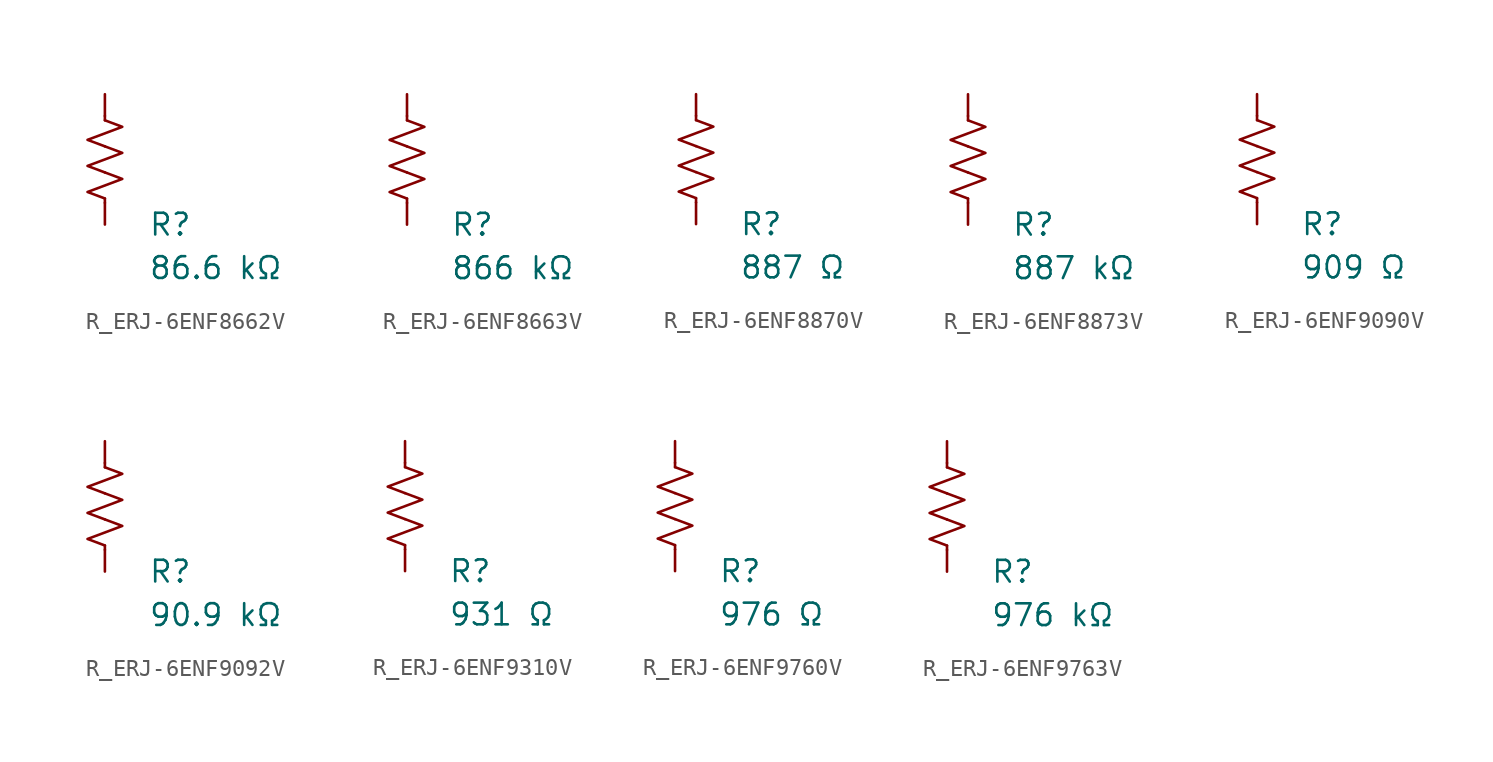
<source format=kicad_sym>
(kicad_symbol_lib
  (version 20231120)
  (generator "kicad_symbol_editor")
  (generator_version "8.0")
  (symbol "R_ERJ-6ENF8662V"
    (pin_numbers hide)
    (pin_names
      (offset 0))
    (property "Reference" "R"
      (at 2.54 -3.81 0)
      (effects (font (size 1.27 1.27)) (justify left))
      (show_name no))
    (property "Value" "86.6 kΩ"
      (at 2.54 -6.35 0)
      (effects (font (size 1.27 1.27)) (justify left))
      (show_name no))
    (symbol "R_ERJ-6ENF8662V_0_1"
      (polyline (pts (xy 0 -2.286) (xy 0 -2.54)) (stroke (width 0) (type default)) (fill (type none)))
      (polyline (pts (xy 0 2.286) (xy 0 2.54)) (stroke (width 0) (type default)) (fill (type none)))
      (polyline (pts (xy 0 -0.762) (xy 1.016 -1.143) (xy 0 -1.524) (xy -1.016 -1.905) (xy 0 -2.286)) (stroke (width 0) (type default)) (fill (type none)))
      (polyline (pts (xy 0 0.762) (xy 1.016 0.381) (xy 0 0) (xy -1.016 -0.381) (xy 0 -0.762)) (stroke (width 0) (type default)) (fill (type none)))
      (polyline (pts (xy 0 2.286) (xy 1.016 1.905) (xy 0 1.524) (xy -1.016 1.143) (xy 0 0.762)) (stroke (width 0) (type default)) (fill (type none))))
    (symbol "R_ERJ-6ENF8662V_1_1"
      (pin passive line (at 0 3.81 270) (length 1.27) (name "~" (effects (font (size 1.27 1.27)))) (number "1" (effects (font (size 1.27 1.27)))))
      (pin passive line (at 0 -3.81 90) (length 1.27) (name "~" (effects (font (size 1.27 1.27)))) (number "2" (effects (font (size 1.27 1.27)))))))
  (symbol "R_ERJ-6ENF8663V"
    (pin_numbers hide)
    (pin_names
      (offset 0))
    (property "Reference" "R"
      (at 2.54 -3.81 0)
      (effects (font (size 1.27 1.27)) (justify left))
      (show_name no))
    (property "Value" "866 kΩ"
      (at 2.54 -6.35 0)
      (effects (font (size 1.27 1.27)) (justify left))
      (show_name no))
    (symbol "R_ERJ-6ENF8663V_0_1"
      (polyline (pts (xy 0 -2.286) (xy 0 -2.54)) (stroke (width 0) (type default)) (fill (type none)))
      (polyline (pts (xy 0 2.286) (xy 0 2.54)) (stroke (width 0) (type default)) (fill (type none)))
      (polyline (pts (xy 0 -0.762) (xy 1.016 -1.143) (xy 0 -1.524) (xy -1.016 -1.905) (xy 0 -2.286)) (stroke (width 0) (type default)) (fill (type none)))
      (polyline (pts (xy 0 0.762) (xy 1.016 0.381) (xy 0 0) (xy -1.016 -0.381) (xy 0 -0.762)) (stroke (width 0) (type default)) (fill (type none)))
      (polyline (pts (xy 0 2.286) (xy 1.016 1.905) (xy 0 1.524) (xy -1.016 1.143) (xy 0 0.762)) (stroke (width 0) (type default)) (fill (type none))))
    (symbol "R_ERJ-6ENF8663V_1_1"
      (pin passive line (at 0 3.81 270) (length 1.27) (name "~" (effects (font (size 1.27 1.27)))) (number "1" (effects (font (size 1.27 1.27)))))
      (pin passive line (at 0 -3.81 90) (length 1.27) (name "~" (effects (font (size 1.27 1.27)))) (number "2" (effects (font (size 1.27 1.27)))))))
  (symbol "R_ERJ-6ENF8870V"
    (pin_numbers hide)
    (pin_names
      (offset 0))
    (property "Reference" "R"
      (at 2.54 -3.81 0)
      (effects (font (size 1.27 1.27)) (justify left))
      (show_name no))
    (property "Value" "887 Ω"
      (at 2.54 -6.35 0)
      (effects (font (size 1.27 1.27)) (justify left))
      (show_name no))
    (symbol "R_ERJ-6ENF8870V_0_1"
      (polyline (pts (xy 0 -2.286) (xy 0 -2.54)) (stroke (width 0) (type default)) (fill (type none)))
      (polyline (pts (xy 0 2.286) (xy 0 2.54)) (stroke (width 0) (type default)) (fill (type none)))
      (polyline (pts (xy 0 -0.762) (xy 1.016 -1.143) (xy 0 -1.524) (xy -1.016 -1.905) (xy 0 -2.286)) (stroke (width 0) (type default)) (fill (type none)))
      (polyline (pts (xy 0 0.762) (xy 1.016 0.381) (xy 0 0) (xy -1.016 -0.381) (xy 0 -0.762)) (stroke (width 0) (type default)) (fill (type none)))
      (polyline (pts (xy 0 2.286) (xy 1.016 1.905) (xy 0 1.524) (xy -1.016 1.143) (xy 0 0.762)) (stroke (width 0) (type default)) (fill (type none))))
    (symbol "R_ERJ-6ENF8870V_1_1"
      (pin passive line (at 0 3.81 270) (length 1.27) (name "~" (effects (font (size 1.27 1.27)))) (number "1" (effects (font (size 1.27 1.27)))))
      (pin passive line (at 0 -3.81 90) (length 1.27) (name "~" (effects (font (size 1.27 1.27)))) (number "2" (effects (font (size 1.27 1.27)))))))
  (symbol "R_ERJ-6ENF8873V"
    (pin_numbers hide)
    (pin_names
      (offset 0))
    (property "Reference" "R"
      (at 2.54 -3.81 0)
      (effects (font (size 1.27 1.27)) (justify left))
      (show_name no))
    (property "Value" "887 kΩ"
      (at 2.54 -6.35 0)
      (effects (font (size 1.27 1.27)) (justify left))
      (show_name no))
    (symbol "R_ERJ-6ENF8873V_0_1"
      (polyline (pts (xy 0 -2.286) (xy 0 -2.54)) (stroke (width 0) (type default)) (fill (type none)))
      (polyline (pts (xy 0 2.286) (xy 0 2.54)) (stroke (width 0) (type default)) (fill (type none)))
      (polyline (pts (xy 0 -0.762) (xy 1.016 -1.143) (xy 0 -1.524) (xy -1.016 -1.905) (xy 0 -2.286)) (stroke (width 0) (type default)) (fill (type none)))
      (polyline (pts (xy 0 0.762) (xy 1.016 0.381) (xy 0 0) (xy -1.016 -0.381) (xy 0 -0.762)) (stroke (width 0) (type default)) (fill (type none)))
      (polyline (pts (xy 0 2.286) (xy 1.016 1.905) (xy 0 1.524) (xy -1.016 1.143) (xy 0 0.762)) (stroke (width 0) (type default)) (fill (type none))))
    (symbol "R_ERJ-6ENF8873V_1_1"
      (pin passive line (at 0 3.81 270) (length 1.27) (name "~" (effects (font (size 1.27 1.27)))) (number "1" (effects (font (size 1.27 1.27)))))
      (pin passive line (at 0 -3.81 90) (length 1.27) (name "~" (effects (font (size 1.27 1.27)))) (number "2" (effects (font (size 1.27 1.27)))))))
  (symbol "R_ERJ-6ENF9090V"
    (pin_numbers hide)
    (pin_names
      (offset 0))
    (property "Reference" "R"
      (at 2.54 -3.81 0)
      (effects (font (size 1.27 1.27)) (justify left))
      (show_name no))
    (property "Value" "909 Ω"
      (at 2.54 -6.35 0)
      (effects (font (size 1.27 1.27)) (justify left))
      (show_name no))
    (symbol "R_ERJ-6ENF9090V_0_1"
      (polyline (pts (xy 0 -2.286) (xy 0 -2.54)) (stroke (width 0) (type default)) (fill (type none)))
      (polyline (pts (xy 0 2.286) (xy 0 2.54)) (stroke (width 0) (type default)) (fill (type none)))
      (polyline (pts (xy 0 -0.762) (xy 1.016 -1.143) (xy 0 -1.524) (xy -1.016 -1.905) (xy 0 -2.286)) (stroke (width 0) (type default)) (fill (type none)))
      (polyline (pts (xy 0 0.762) (xy 1.016 0.381) (xy 0 0) (xy -1.016 -0.381) (xy 0 -0.762)) (stroke (width 0) (type default)) (fill (type none)))
      (polyline (pts (xy 0 2.286) (xy 1.016 1.905) (xy 0 1.524) (xy -1.016 1.143) (xy 0 0.762)) (stroke (width 0) (type default)) (fill (type none))))
    (symbol "R_ERJ-6ENF9090V_1_1"
      (pin passive line (at 0 3.81 270) (length 1.27) (name "~" (effects (font (size 1.27 1.27)))) (number "1" (effects (font (size 1.27 1.27)))))
      (pin passive line (at 0 -3.81 90) (length 1.27) (name "~" (effects (font (size 1.27 1.27)))) (number "2" (effects (font (size 1.27 1.27)))))))
  (symbol "R_ERJ-6ENF9092V"
    (pin_numbers hide)
    (pin_names
      (offset 0))
    (property "Reference" "R"
      (at 2.54 -3.81 0)
      (effects (font (size 1.27 1.27)) (justify left))
      (show_name no))
    (property "Value" "90.9 kΩ"
      (at 2.54 -6.35 0)
      (effects (font (size 1.27 1.27)) (justify left))
      (show_name no))
    (symbol "R_ERJ-6ENF9092V_0_1"
      (polyline (pts (xy 0 -2.286) (xy 0 -2.54)) (stroke (width 0) (type default)) (fill (type none)))
      (polyline (pts (xy 0 2.286) (xy 0 2.54)) (stroke (width 0) (type default)) (fill (type none)))
      (polyline (pts (xy 0 -0.762) (xy 1.016 -1.143) (xy 0 -1.524) (xy -1.016 -1.905) (xy 0 -2.286)) (stroke (width 0) (type default)) (fill (type none)))
      (polyline (pts (xy 0 0.762) (xy 1.016 0.381) (xy 0 0) (xy -1.016 -0.381) (xy 0 -0.762)) (stroke (width 0) (type default)) (fill (type none)))
      (polyline (pts (xy 0 2.286) (xy 1.016 1.905) (xy 0 1.524) (xy -1.016 1.143) (xy 0 0.762)) (stroke (width 0) (type default)) (fill (type none))))
    (symbol "R_ERJ-6ENF9092V_1_1"
      (pin passive line (at 0 3.81 270) (length 1.27) (name "~" (effects (font (size 1.27 1.27)))) (number "1" (effects (font (size 1.27 1.27)))))
      (pin passive line (at 0 -3.81 90) (length 1.27) (name "~" (effects (font (size 1.27 1.27)))) (number "2" (effects (font (size 1.27 1.27)))))))
  (symbol "R_ERJ-6ENF9310V"
    (pin_numbers hide)
    (pin_names
      (offset 0))
    (property "Reference" "R"
      (at 2.54 -3.81 0)
      (effects (font (size 1.27 1.27)) (justify left))
      (show_name no))
    (property "Value" "931 Ω"
      (at 2.54 -6.35 0)
      (effects (font (size 1.27 1.27)) (justify left))
      (show_name no))
    (symbol "R_ERJ-6ENF9310V_0_1"
      (polyline (pts (xy 0 -2.286) (xy 0 -2.54)) (stroke (width 0) (type default)) (fill (type none)))
      (polyline (pts (xy 0 2.286) (xy 0 2.54)) (stroke (width 0) (type default)) (fill (type none)))
      (polyline (pts (xy 0 -0.762) (xy 1.016 -1.143) (xy 0 -1.524) (xy -1.016 -1.905) (xy 0 -2.286)) (stroke (width 0) (type default)) (fill (type none)))
      (polyline (pts (xy 0 0.762) (xy 1.016 0.381) (xy 0 0) (xy -1.016 -0.381) (xy 0 -0.762)) (stroke (width 0) (type default)) (fill (type none)))
      (polyline (pts (xy 0 2.286) (xy 1.016 1.905) (xy 0 1.524) (xy -1.016 1.143) (xy 0 0.762)) (stroke (width 0) (type default)) (fill (type none))))
    (symbol "R_ERJ-6ENF9310V_1_1"
      (pin passive line (at 0 3.81 270) (length 1.27) (name "~" (effects (font (size 1.27 1.27)))) (number "1" (effects (font (size 1.27 1.27)))))
      (pin passive line (at 0 -3.81 90) (length 1.27) (name "~" (effects (font (size 1.27 1.27)))) (number "2" (effects (font (size 1.27 1.27)))))))
  (symbol "R_ERJ-6ENF9760V"
    (pin_numbers hide)
    (pin_names
      (offset 0))
    (property "Reference" "R"
      (at 2.54 -3.81 0)
      (effects (font (size 1.27 1.27)) (justify left))
      (show_name no))
    (property "Value" "976 Ω"
      (at 2.54 -6.35 0)
      (effects (font (size 1.27 1.27)) (justify left))
      (show_name no))
    (symbol "R_ERJ-6ENF9760V_0_1"
      (polyline (pts (xy 0 -2.286) (xy 0 -2.54)) (stroke (width 0) (type default)) (fill (type none)))
      (polyline (pts (xy 0 2.286) (xy 0 2.54)) (stroke (width 0) (type default)) (fill (type none)))
      (polyline (pts (xy 0 -0.762) (xy 1.016 -1.143) (xy 0 -1.524) (xy -1.016 -1.905) (xy 0 -2.286)) (stroke (width 0) (type default)) (fill (type none)))
      (polyline (pts (xy 0 0.762) (xy 1.016 0.381) (xy 0 0) (xy -1.016 -0.381) (xy 0 -0.762)) (stroke (width 0) (type default)) (fill (type none)))
      (polyline (pts (xy 0 2.286) (xy 1.016 1.905) (xy 0 1.524) (xy -1.016 1.143) (xy 0 0.762)) (stroke (width 0) (type default)) (fill (type none))))
    (symbol "R_ERJ-6ENF9760V_1_1"
      (pin passive line (at 0 3.81 270) (length 1.27) (name "~" (effects (font (size 1.27 1.27)))) (number "1" (effects (font (size 1.27 1.27)))))
      (pin passive line (at 0 -3.81 90) (length 1.27) (name "~" (effects (font (size 1.27 1.27)))) (number "2" (effects (font (size 1.27 1.27)))))))
  (symbol "R_ERJ-6ENF9763V"
    (pin_numbers hide)
    (pin_names
      (offset 0))
    (property "Reference" "R"
      (at 2.54 -3.81 0)
      (effects (font (size 1.27 1.27)) (justify left))
      (show_name no))
    (property "Value" "976 kΩ"
      (at 2.54 -6.35 0)
      (effects (font (size 1.27 1.27)) (justify left))
      (show_name no))
    (symbol "R_ERJ-6ENF9763V_0_1"
      (polyline (pts (xy 0 -2.286) (xy 0 -2.54)) (stroke (width 0) (type default)) (fill (type none)))
      (polyline (pts (xy 0 2.286) (xy 0 2.54)) (stroke (width 0) (type default)) (fill (type none)))
      (polyline (pts (xy 0 -0.762) (xy 1.016 -1.143) (xy 0 -1.524) (xy -1.016 -1.905) (xy 0 -2.286)) (stroke (width 0) (type default)) (fill (type none)))
      (polyline (pts (xy 0 0.762) (xy 1.016 0.381) (xy 0 0) (xy -1.016 -0.381) (xy 0 -0.762)) (stroke (width 0) (type default)) (fill (type none)))
      (polyline (pts (xy 0 2.286) (xy 1.016 1.905) (xy 0 1.524) (xy -1.016 1.143) (xy 0 0.762)) (stroke (width 0) (type default)) (fill (type none))))
    (symbol "R_ERJ-6ENF9763V_1_1"
      (pin passive line (at 0 3.81 270) (length 1.27) (name "~" (effects (font (size 1.27 1.27)))) (number "1" (effects (font (size 1.27 1.27)))))
      (pin passive line (at 0 -3.81 90) (length 1.27) (name "~" (effects (font (size 1.27 1.27)))) (number "2" (effects (font (size 1.27 1.27))))))))
</source>
